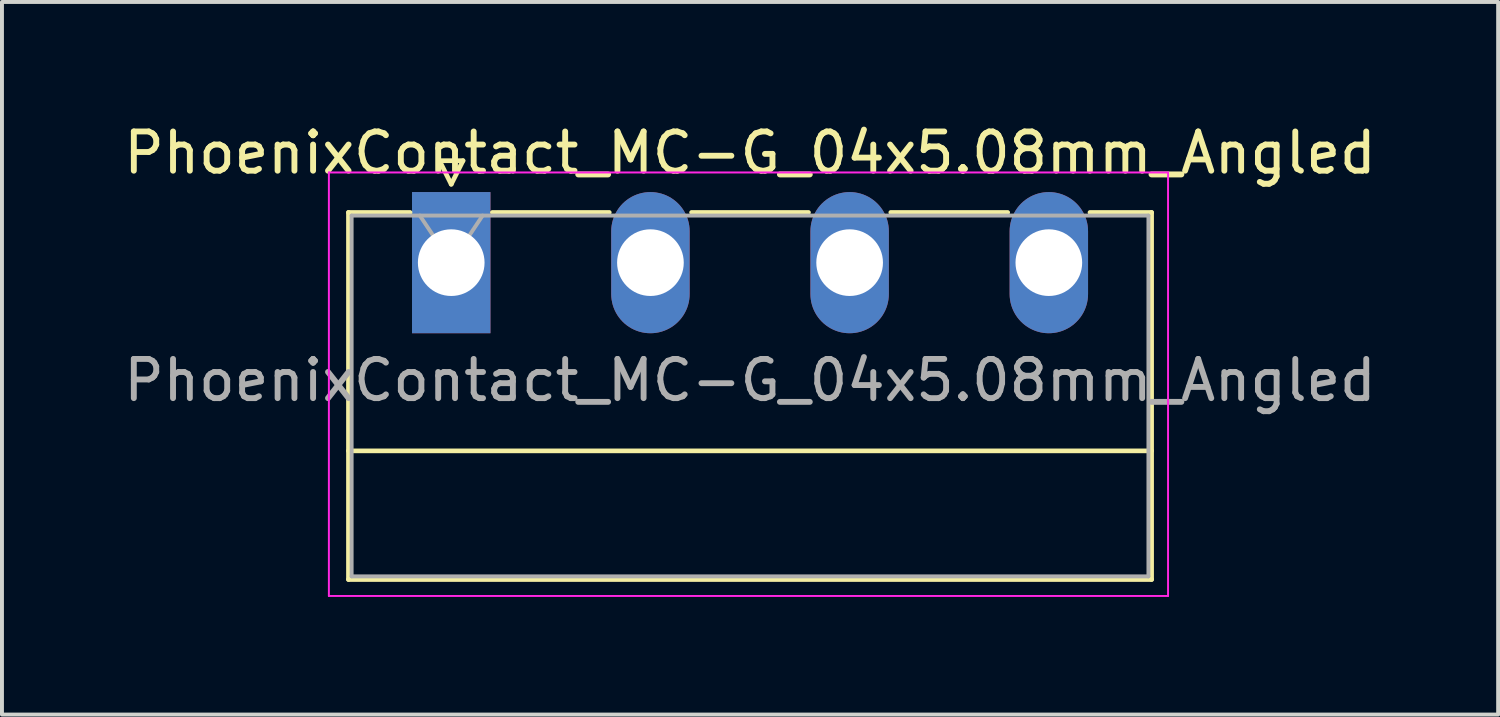
<source format=kicad_pcb>
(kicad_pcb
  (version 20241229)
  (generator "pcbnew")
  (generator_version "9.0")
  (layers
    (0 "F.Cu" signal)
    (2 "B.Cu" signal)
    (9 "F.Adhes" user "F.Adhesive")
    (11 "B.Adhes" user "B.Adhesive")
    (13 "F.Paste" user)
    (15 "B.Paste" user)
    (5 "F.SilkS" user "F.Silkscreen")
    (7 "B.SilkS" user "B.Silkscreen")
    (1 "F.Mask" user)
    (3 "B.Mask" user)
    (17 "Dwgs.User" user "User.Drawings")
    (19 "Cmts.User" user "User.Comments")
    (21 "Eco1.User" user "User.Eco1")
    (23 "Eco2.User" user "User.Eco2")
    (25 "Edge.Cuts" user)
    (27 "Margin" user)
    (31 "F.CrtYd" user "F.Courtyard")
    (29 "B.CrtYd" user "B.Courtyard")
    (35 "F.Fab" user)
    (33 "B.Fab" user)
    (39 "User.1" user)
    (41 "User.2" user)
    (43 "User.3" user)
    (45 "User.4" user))
  (footprint "PhoenixContact_MC-G_04x5.08mm_Angled"
    (layer "F.Cu")
    (at 8.457 3.648)
    (property "Reference" "PhoenixContact_MC-G_04x5.08mm_Angled" (at 7.62 -2.8 0) (layer "F.SilkS") (effects (font (size 1 1) (thickness 0.15))))
    (attr through_hole)
    (fp_line (start -2.62 -1.28) (end -2.62 8.08) (stroke (width 0.12) (type solid)) (layer "F.SilkS"))
    (fp_line (start -2.62 -1.28) (end -1.05 -1.28) (stroke (width 0.12) (type solid)) (layer "F.SilkS"))
    (fp_line (start -2.62 4.8) (end 17.86 4.8) (stroke (width 0.12) (type solid)) (layer "F.SilkS"))
    (fp_line (start -2.62 8.08) (end 17.86 8.08) (stroke (width 0.12) (type solid)) (layer "F.SilkS"))
    (fp_line (start -0.3 -2.6) (end 0.3 -2.6) (stroke (width 0.12) (type solid)) (layer "F.SilkS"))
    (fp_line (start 0 -2) (end -0.3 -2.6) (stroke (width 0.12) (type solid)) (layer "F.SilkS"))
    (fp_line (start 0.3 -2.6) (end 0 -2) (stroke (width 0.12) (type solid)) (layer "F.SilkS"))
    (fp_line (start 1.05 -1.28) (end 4.03 -1.28) (stroke (width 0.12) (type solid)) (layer "F.SilkS"))
    (fp_line (start 6.13 -1.28) (end 9.11 -1.28) (stroke (width 0.12) (type solid)) (layer "F.SilkS"))
    (fp_line (start 11.21 -1.28) (end 14.19 -1.28) (stroke (width 0.12) (type solid)) (layer "F.SilkS"))
    (fp_line (start 17.86 -1.28) (end 16.29 -1.28) (stroke (width 0.12) (type solid)) (layer "F.SilkS"))
    (fp_line (start 17.86 8.08) (end 17.86 -1.28) (stroke (width 0.12) (type solid)) (layer "F.SilkS"))
    (fp_line (start -3.12 -2.3) (end -3.12 8.5) (stroke (width 0.05) (type solid)) (layer "F.CrtYd"))
    (fp_line (start -3.12 8.5) (end 18.28 8.5) (stroke (width 0.05) (type solid)) (layer "F.CrtYd"))
    (fp_line (start 18.28 -2.3) (end -3.12 -2.3) (stroke (width 0.05) (type solid)) (layer "F.CrtYd"))
    (fp_line (start 18.28 8.5) (end 18.28 -2.3) (stroke (width 0.05) (type solid)) (layer "F.CrtYd"))
    (fp_line (start -2.54 -1.2) (end -2.54 8) (stroke (width 0.1) (type solid)) (layer "F.Fab"))
    (fp_line (start -2.54 8) (end 17.78 8) (stroke (width 0.1) (type solid)) (layer "F.Fab"))
    (fp_line (start 0 0) (end -0.8 -1.2) (stroke (width 0.1) (type solid)) (layer "F.Fab"))
    (fp_line (start 0.8 -1.2) (end 0 0) (stroke (width 0.1) (type solid)) (layer "F.Fab"))
    (fp_line (start 17.78 -1.2) (end -2.54 -1.2) (stroke (width 0.1) (type solid)) (layer "F.Fab"))
    (fp_line (start 17.78 8) (end 17.78 -1.2) (stroke (width 0.1) (type solid)) (layer "F.Fab"))
    (fp_text user "${REFERENCE}" (at 7.62 3 0) (layer "F.Fab") (effects (font (size 1 1) (thickness 0.15))))
    (pad "1" thru_hole rect (at 0 0) (size 2 3.6) (drill 1.7) (layers "*.Cu" "*.Mask"))
    (pad "2" thru_hole oval (at 5.08 0) (size 2 3.6) (drill 1.7) (layers "*.Cu" "*.Mask"))
    (pad "3" thru_hole oval (at 10.16 0) (size 2 3.6) (drill 1.7) (layers "*.Cu" "*.Mask"))
    (pad "4" thru_hole oval (at 15.24 0) (size 2 3.6) (drill 1.7) (layers "*.Cu" "*.Mask")))
  (gr_rect
    (start -3 -3)
    (end 35.155 15.173)
    (stroke (width 0.1) (type default))
    (fill no)
    (layer "Edge.Cuts")))
</source>
